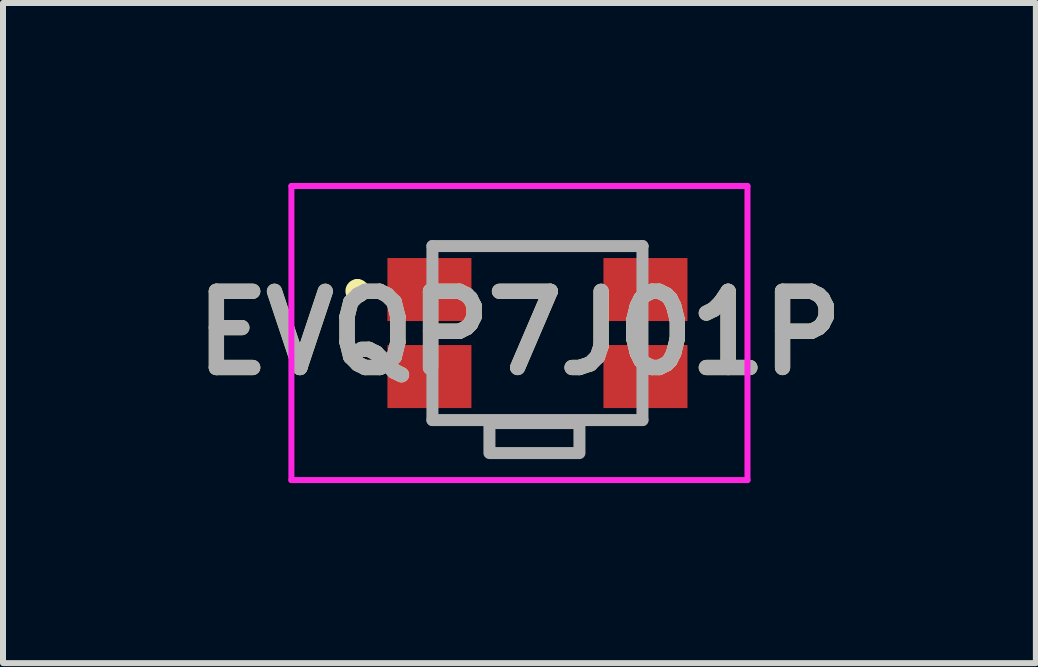
<source format=kicad_pcb>
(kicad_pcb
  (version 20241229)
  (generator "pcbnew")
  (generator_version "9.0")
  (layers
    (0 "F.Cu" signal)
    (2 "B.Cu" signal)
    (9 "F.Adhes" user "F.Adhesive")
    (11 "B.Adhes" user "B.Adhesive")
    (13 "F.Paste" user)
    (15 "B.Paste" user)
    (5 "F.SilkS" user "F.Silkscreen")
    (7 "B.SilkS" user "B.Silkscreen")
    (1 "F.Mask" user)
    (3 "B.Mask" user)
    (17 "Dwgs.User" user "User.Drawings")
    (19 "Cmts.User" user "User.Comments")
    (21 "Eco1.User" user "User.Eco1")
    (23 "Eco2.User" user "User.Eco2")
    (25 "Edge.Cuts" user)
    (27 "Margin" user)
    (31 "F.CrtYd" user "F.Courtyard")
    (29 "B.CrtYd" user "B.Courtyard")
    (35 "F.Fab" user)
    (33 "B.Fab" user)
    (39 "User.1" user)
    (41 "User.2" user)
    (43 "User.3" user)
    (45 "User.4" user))
  (footprint "EVQP7J01P"
    (layer "F.Cu")
    (at 5.606 2.5)
    (property "Reference" "EVQP7J01P" (at 0 0 0) (layer "F.SilkS") (effects (font (size 1.27 1.27) (thickness 0.254))))
    (attr smd)
    (fp_line (start -2.7 -0.8) (end -2.7 -0.8) (stroke (width 0.2) (type solid)) (layer "F.SilkS"))
    (fp_line (start -2.7 -0.6) (end -2.7 -0.6) (stroke (width 0.2) (type solid)) (layer "F.SilkS"))
    (fp_line (start -1.45 -1.45) (end 2.1 -1.45) (stroke (width 0.1) (type solid)) (layer "F.SilkS"))
    (fp_line (start -1.45 1.45) (end 2.05 1.45) (stroke (width 0.1) (type solid)) (layer "F.SilkS"))
    (fp_arc (start -2.7 -0.8) (mid -2.6 -0.7) (end -2.7 -0.6) (stroke (width 0.2) (type solid)) (layer "F.SilkS"))
    (fp_arc (start -2.7 -0.6) (mid -2.8 -0.7) (end -2.7 -0.8) (stroke (width 0.2) (type solid)) (layer "F.SilkS"))
    (fp_line (start -3.8 -2.45) (end 3.8 -2.45) (stroke (width 0.1) (type solid)) (layer "F.CrtYd"))
    (fp_line (start -3.8 2.45) (end -3.8 -2.45) (stroke (width 0.1) (type solid)) (layer "F.CrtYd"))
    (fp_line (start 3.8 -2.45) (end 3.8 2.45) (stroke (width 0.1) (type solid)) (layer "F.CrtYd"))
    (fp_line (start 3.8 2.45) (end -3.8 2.45) (stroke (width 0.1) (type solid)) (layer "F.CrtYd"))
    (fp_line (start -1.45 -1.45) (end 2.05 -1.45) (stroke (width 0.2) (type solid)) (layer "F.Fab"))
    (fp_line (start -1.45 1.45) (end -1.45 -1.45) (stroke (width 0.2) (type solid)) (layer "F.Fab"))
    (fp_line (start 2.05 -1.45) (end 2.05 1.45) (stroke (width 0.2) (type solid)) (layer "F.Fab"))
    (fp_line (start 2.05 1.45) (end -1.45 1.45) (stroke (width 0.2) (type solid)) (layer "F.Fab"))
    (fp_rect (start -0.5 1.5) (end 1 2) (stroke (width 0.2) (type default)) (fill no) (layer "F.Fab"))
    (fp_text user "${REFERENCE}" (at 0 0 0) (layer "F.Fab") (effects (font (size 1.27 1.27) (thickness 0.254))))
    (pad "1" smd rect (at -1.5 -0.725 90) (size 1.05 1.4) (layers "F.Cu" "F.Mask" "F.Paste"))
    (pad "2" smd rect (at 2.1 -0.725 90) (size 1.05 1.4) (layers "F.Cu" "F.Mask" "F.Paste"))
    (pad "3" smd rect (at -1.5 0.725 90) (size 1.05 1.4) (layers "F.Cu" "F.Mask" "F.Paste"))
    (pad "4" smd rect (at 2.1 0.725 90) (size 1.05 1.4) (layers "F.Cu" "F.Mask" "F.Paste")))
  (gr_rect
    (start -3 -3)
    (end 14.212 8)
    (stroke (width 0.1) (type default))
    (fill no)
    (layer "Edge.Cuts")))
</source>
